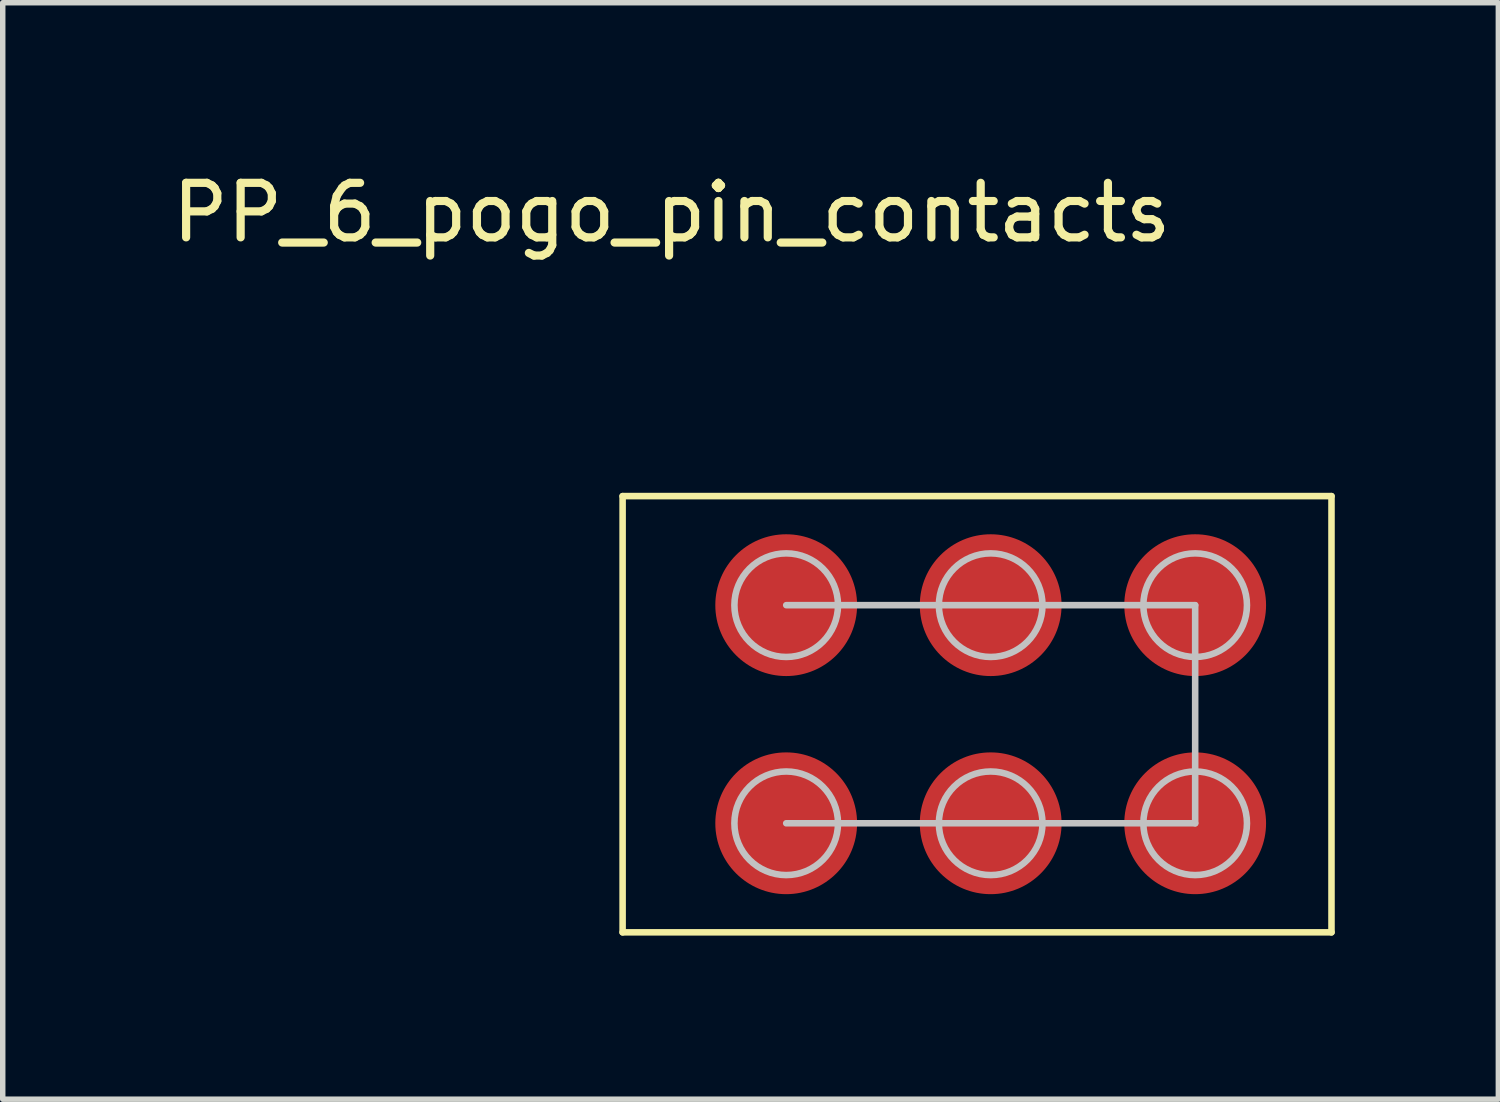
<source format=kicad_pcb>
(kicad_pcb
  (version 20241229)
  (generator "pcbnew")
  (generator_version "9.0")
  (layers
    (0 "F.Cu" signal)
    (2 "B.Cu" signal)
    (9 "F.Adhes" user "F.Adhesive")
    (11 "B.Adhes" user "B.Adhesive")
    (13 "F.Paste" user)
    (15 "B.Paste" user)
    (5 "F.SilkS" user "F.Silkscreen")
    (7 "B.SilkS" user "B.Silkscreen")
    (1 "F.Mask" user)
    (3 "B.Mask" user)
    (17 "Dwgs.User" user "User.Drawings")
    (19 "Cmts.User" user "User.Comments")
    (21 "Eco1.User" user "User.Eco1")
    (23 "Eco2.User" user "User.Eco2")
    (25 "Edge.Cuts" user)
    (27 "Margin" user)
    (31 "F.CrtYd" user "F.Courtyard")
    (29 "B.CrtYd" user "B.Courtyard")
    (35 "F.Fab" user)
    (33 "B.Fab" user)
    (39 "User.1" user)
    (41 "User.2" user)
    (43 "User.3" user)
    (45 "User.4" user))
  (footprint "PP_6_pogo_pin_contacts"
    (layer "F.Cu")
    (at 11.368 8.048)
    (property "Reference" "PP_6_pogo_pin_contacts" (at -2.1 -7.2 0) (layer "F.SilkS") (effects (font (size 1 1) (thickness 0.15))))
    (attr through_hole)
    (fp_line (start -3 -2) (end 10 -2) (stroke (width 0.12) (type solid)) (layer "F.SilkS"))
    (fp_line (start -3 6) (end -3 -2) (stroke (width 0.12) (type solid)) (layer "F.SilkS"))
    (fp_line (start 10 -2) (end 10 6) (stroke (width 0.12) (type solid)) (layer "F.SilkS"))
    (fp_line (start 10 6) (end -3 6) (stroke (width 0.12) (type solid)) (layer "F.SilkS"))
    (fp_line (start 0 0) (end 7.5 0) (stroke (width 0.12) (type solid)) (layer "Dwgs.User"))
    (fp_line (start 0 4) (end 7.5 4) (stroke (width 0.12) (type solid)) (layer "Dwgs.User"))
    (fp_line (start 7.5 0) (end 7.5 4) (stroke (width 0.12) (type solid)) (layer "Dwgs.User"))
    (fp_circle (center 0 0) (end 0.95 0) (stroke (width 0.12) (type solid)) (fill no) (layer "Dwgs.User"))
    (fp_circle (center 0 4) (end 0.95 4) (stroke (width 0.12) (type solid)) (fill no) (layer "Dwgs.User"))
    (fp_circle (center 3.75 0) (end 4.7 0) (stroke (width 0.12) (type solid)) (fill no) (layer "Dwgs.User"))
    (fp_circle (center 3.75 4) (end 4.7 4) (stroke (width 0.12) (type solid)) (fill no) (layer "Dwgs.User"))
    (fp_circle (center 7.5 0) (end 8.45 0) (stroke (width 0.12) (type solid)) (fill no) (layer "Dwgs.User"))
    (fp_circle (center 7.5 4) (end 8.45 4) (stroke (width 0.12) (type solid)) (fill no) (layer "Dwgs.User"))
    (pad "1" smd circle (at 0 0) (size 2.6 2.6) (layers "F.Cu" "F.Mask" "F.Paste"))
    (pad "2" smd circle (at 3.75 0) (size 2.6 2.6) (layers "F.Cu" "F.Mask" "F.Paste"))
    (pad "3" smd circle (at 7.5 0) (size 2.6 2.6) (layers "F.Cu" "F.Mask" "F.Paste"))
    (pad "4" smd circle (at 0 4) (size 2.6 2.6) (layers "F.Cu" "F.Mask" "F.Paste"))
    (pad "5" smd circle (at 3.75 4) (size 2.6 2.6) (layers "F.Cu" "F.Mask" "F.Paste"))
    (pad "6" smd circle (at 7.5 4) (size 2.6 2.6) (layers "F.Cu" "F.Mask" "F.Paste")))
  (gr_rect
    (start -3 -3)
    (end 24.428 17.108)
    (stroke (width 0.1) (type default))
    (fill no)
    (layer "Edge.Cuts")))
</source>
